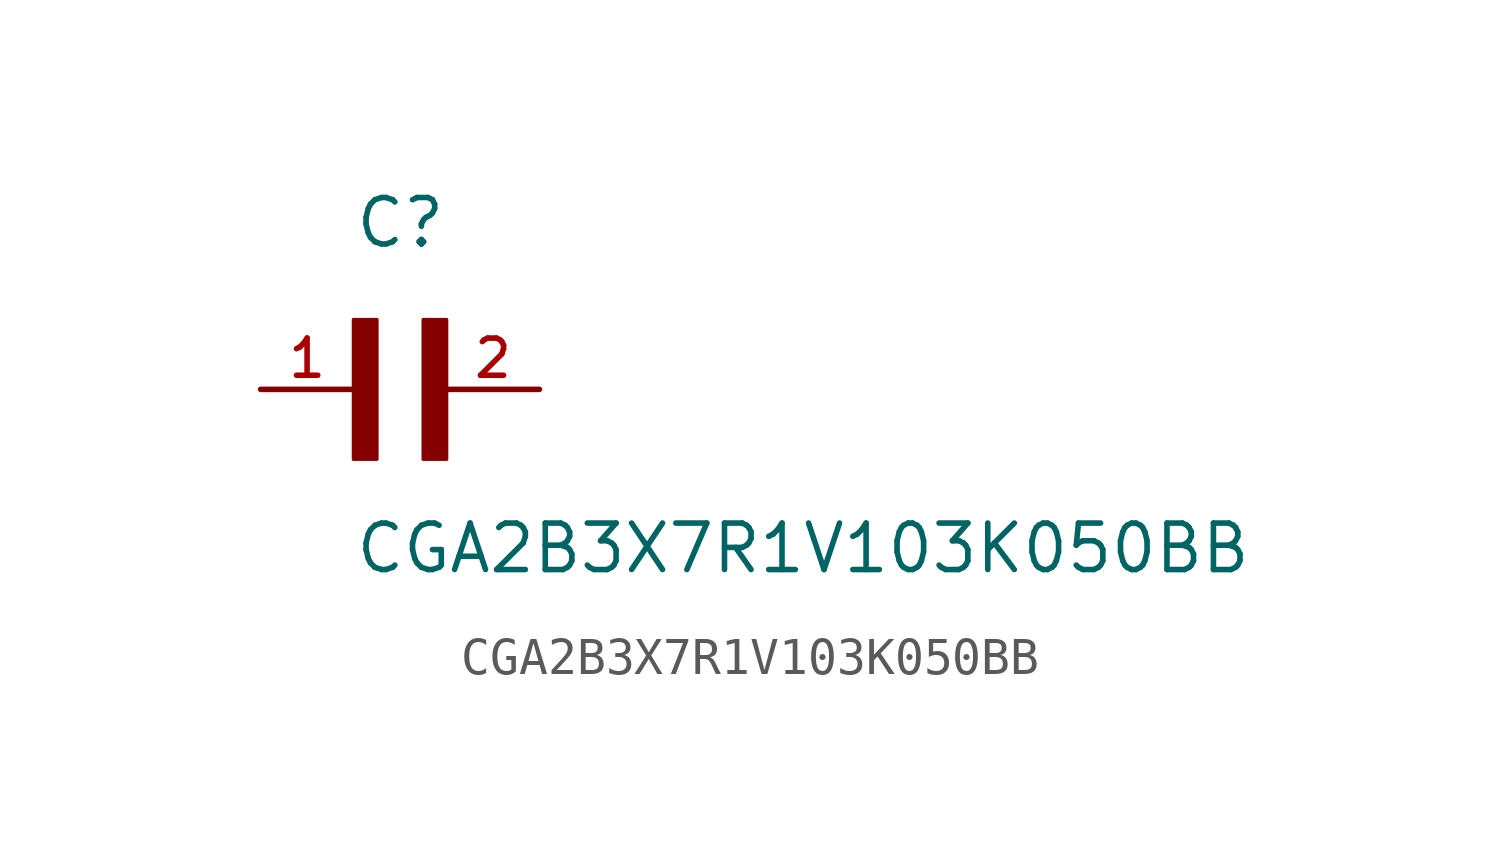
<source format=kicad_sym>
(kicad_symbol_lib
  (version 20211014)
  (generator kicad_symbol_editor)
  (symbol "CGA2B3X7R1V103K050BB"
    (pin_names
      (offset 1.016))
    (property "Reference" "C"
      (at 0.0 3.811 0)
      (effects (font (size 1.27 1.27)) (justify bottom left)))
    (property "Value" "CGA2B3X7R1V103K050BB"
      (at 0.0 -5.088 0)
      (effects (font (size 1.27 1.27)) (justify bottom left)))
    (symbol "CGA2B3X7R1V103K050BB_0_0"
      (rectangle (start 0.0 -1.907) (end 0.635 1.905) (stroke (width 0.1)) (fill (type outline)))
      (rectangle (start 1.907 -1.907) (end 2.54 1.905) (stroke (width 0.1)) (fill (type outline)))
      (pin passive line (at 5.08 0.0 180.0) (length 2.54) (name "~" (effects (font (size 1.016 1.016)))) (number "2" (effects (font (size 1.016 1.016)))))
      (pin passive line (at -2.54 0.0 0) (length 2.54) (name "~" (effects (font (size 1.016 1.016)))) (number "1" (effects (font (size 1.016 1.016))))))))
</source>
